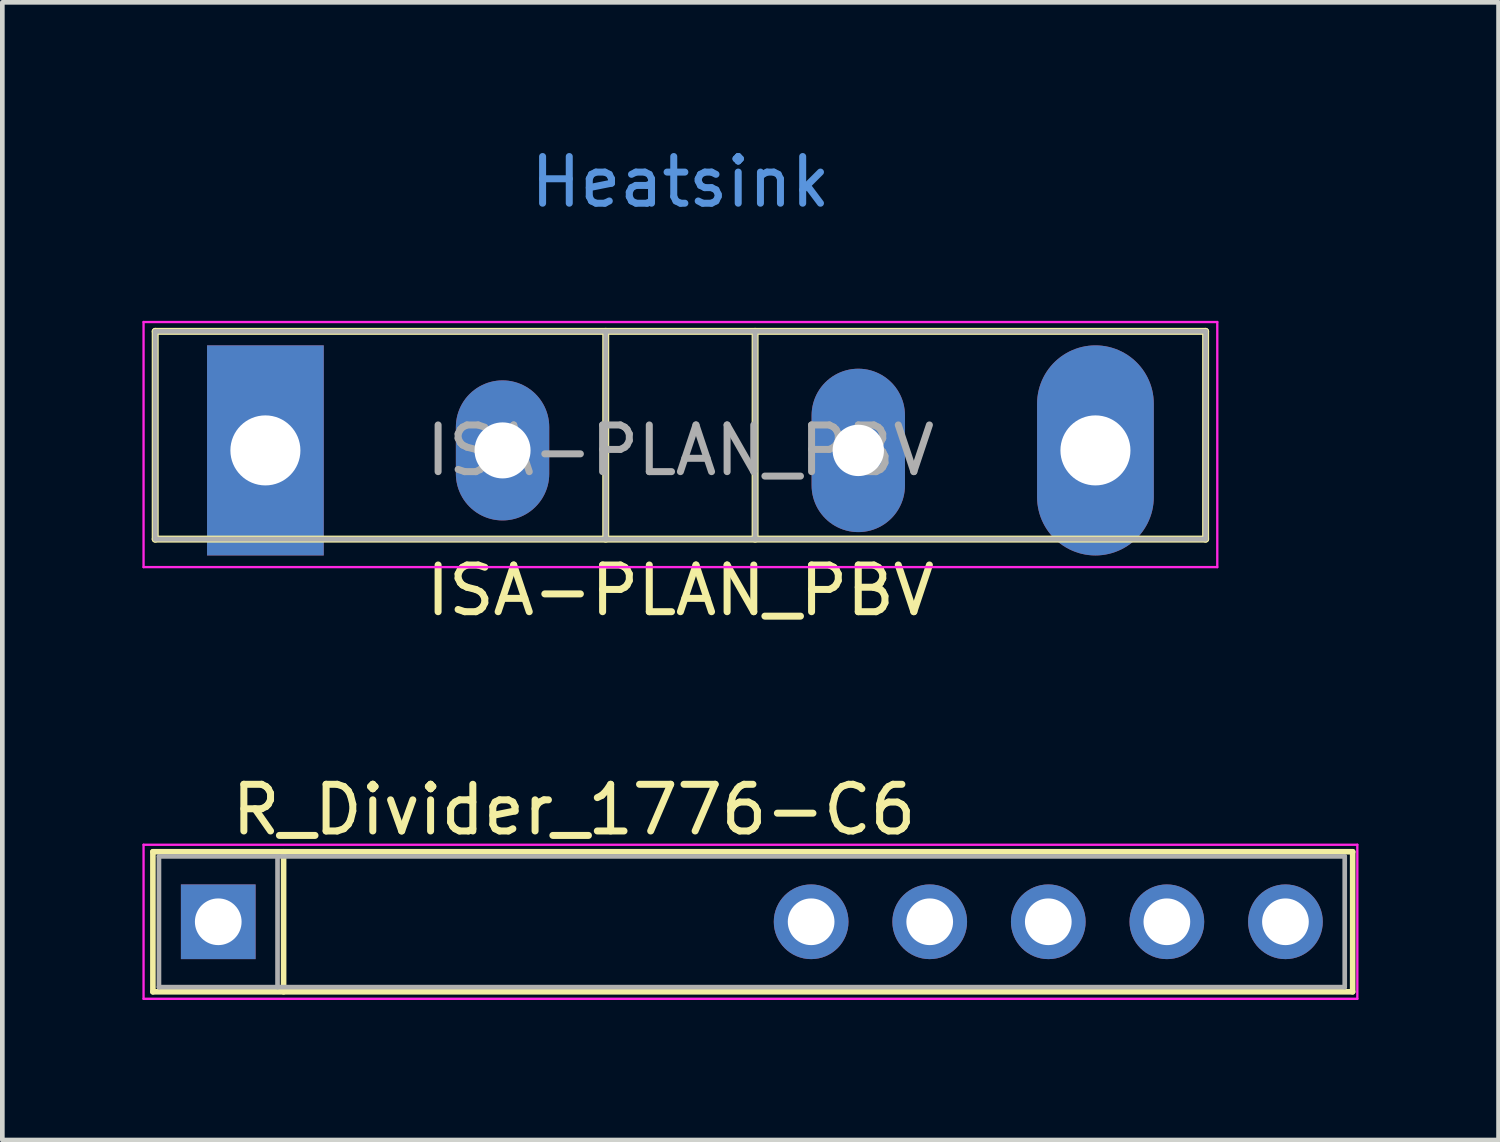
<source format=kicad_pcb>
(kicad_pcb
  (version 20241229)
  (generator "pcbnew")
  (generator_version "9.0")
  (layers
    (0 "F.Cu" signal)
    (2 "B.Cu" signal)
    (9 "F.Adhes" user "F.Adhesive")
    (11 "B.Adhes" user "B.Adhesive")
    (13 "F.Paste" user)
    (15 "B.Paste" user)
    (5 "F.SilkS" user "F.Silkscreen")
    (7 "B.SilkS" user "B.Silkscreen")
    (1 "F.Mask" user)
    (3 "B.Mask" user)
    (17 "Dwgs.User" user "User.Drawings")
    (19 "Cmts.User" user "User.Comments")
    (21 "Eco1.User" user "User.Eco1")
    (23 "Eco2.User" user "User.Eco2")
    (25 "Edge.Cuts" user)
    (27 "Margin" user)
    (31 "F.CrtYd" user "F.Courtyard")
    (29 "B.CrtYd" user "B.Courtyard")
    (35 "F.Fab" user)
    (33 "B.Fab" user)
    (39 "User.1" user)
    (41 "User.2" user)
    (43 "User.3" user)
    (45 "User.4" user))
  (footprint "ISA-PLAN_PBV"
    (layer "F.Cu")
    (at 11.525 6.598)
    (property "Reference" "ISA-PLAN_PBV" (at 0 3 0) (layer "F.SilkS") (effects (font (size 1 1) (thickness 0.15))))
    (attr through_hole)
    (fp_line (start -11.25 -2.55) (end -11.25 1.9) (stroke (width 0.15) (type solid)) (layer "F.SilkS"))
    (fp_line (start -11.25 -2.55) (end 11.25 -2.55) (stroke (width 0.15) (type solid)) (layer "F.SilkS"))
    (fp_line (start -1.6 -2.55) (end -1.6 1.9) (stroke (width 0.15) (type solid)) (layer "F.SilkS"))
    (fp_line (start 1.6 -2.55) (end 1.6 1.9) (stroke (width 0.15) (type solid)) (layer "F.SilkS"))
    (fp_line (start 11.25 -2.55) (end 11.25 1.9) (stroke (width 0.15) (type solid)) (layer "F.SilkS"))
    (fp_line (start 11.25 1.9) (end -11.25 1.9) (stroke (width 0.15) (type solid)) (layer "F.SilkS"))
    (fp_line (start 0 -4.75) (end 0 -2.55) (stroke (width 0.1) (type solid)) (layer "B.Adhes"))
    (fp_line (start 0 -2.55) (end -0.25 -3.3) (stroke (width 0.1) (type solid)) (layer "B.Adhes"))
    (fp_line (start 0 -2.55) (end 0.25 -3.3) (stroke (width 0.1) (type solid)) (layer "B.Adhes"))
    (fp_line (start -11.5 -2.75) (end -11.5 2.5) (stroke (width 0.05) (type solid)) (layer "F.CrtYd"))
    (fp_line (start -11.5 2.5) (end 11.5 2.5) (stroke (width 0.05) (type solid)) (layer "F.CrtYd"))
    (fp_line (start 11.5 -2.75) (end -11.5 -2.75) (stroke (width 0.05) (type solid)) (layer "F.CrtYd"))
    (fp_line (start 11.5 2.5) (end 11.5 -2.75) (stroke (width 0.05) (type solid)) (layer "F.CrtYd"))
    (fp_line (start -11.25 -2.55) (end -11.25 1.9) (stroke (width 0.1) (type solid)) (layer "F.Fab"))
    (fp_line (start -11.25 -2.55) (end 11.25 -2.55) (stroke (width 0.1) (type solid)) (layer "F.Fab"))
    (fp_line (start -1.6 -2.55) (end -1.6 1.9) (stroke (width 0.1) (type solid)) (layer "F.Fab"))
    (fp_line (start 1.6 -2.55) (end 1.6 1.9) (stroke (width 0.1) (type solid)) (layer "F.Fab"))
    (fp_line (start 11.25 -2.55) (end 11.25 1.9) (stroke (width 0.1) (type solid)) (layer "F.Fab"))
    (fp_line (start 11.25 1.9) (end -11.25 1.9) (stroke (width 0.1) (type solid)) (layer "F.Fab"))
    (fp_text user "Heatsink" (at 0 -5.75 0) (layer "Cmts.User") (effects (font (size 1 1) (thickness 0.15))))
    (fp_text user "${REFERENCE}" (at 0 0 0) (layer "F.Fab") (effects (font (size 1 1) (thickness 0.15))))
    (pad "1" thru_hole rect (at -8.89 0) (size 2.5 4.5) (drill 1.5) (layers "*.Cu" "*.Mask"))
    (pad "2" thru_hole oval (at -3.81 0) (size 2 3) (drill 1.2) (layers "*.Cu" "*.Mask"))
    (pad "3" thru_hole oval (at 3.81 0) (size 2 3.5) (drill 1.1) (layers "*.Cu" "*.Mask"))
    (pad "4" thru_hole oval (at 8.89 0) (size 2.5 4.5) (drill 1.5) (layers "*.Cu" "*.Mask")))
  (footprint "R_Divider_1776-C6"
    (layer "F.Cu")
    (at 1.625 16.695)
    (property "Reference" "R_Divider_1776-C6" (at 7.62 -2.4 0) (layer "F.SilkS") (effects (font (size 1 1) (thickness 0.15))))
    (attr through_hole)
    (fp_line (start -1.4 -1.5) (end -1.4 1.5) (stroke (width 0.12) (type solid)) (layer "F.SilkS"))
    (fp_line (start -1.4 1.5) (end 24.3 1.5) (stroke (width 0.12) (type solid)) (layer "F.SilkS"))
    (fp_line (start 1.4 -1.5) (end 1.4 1.5) (stroke (width 0.12) (type solid)) (layer "F.SilkS"))
    (fp_line (start 24.3 -1.5) (end -1.4 -1.5) (stroke (width 0.12) (type solid)) (layer "F.SilkS"))
    (fp_line (start 24.3 1.5) (end 24.3 -1.5) (stroke (width 0.12) (type solid)) (layer "F.SilkS"))
    (fp_line (start -1.6 -1.65) (end -1.6 1.65) (stroke (width 0.05) (type solid)) (layer "F.CrtYd"))
    (fp_line (start -1.6 1.65) (end 24.4 1.65) (stroke (width 0.05) (type solid)) (layer "F.CrtYd"))
    (fp_line (start 24.4 -1.65) (end -1.6 -1.65) (stroke (width 0.05) (type solid)) (layer "F.CrtYd"))
    (fp_line (start 24.4 1.65) (end 24.4 -1.65) (stroke (width 0.05) (type solid)) (layer "F.CrtYd"))
    (fp_line (start -1.27 -1.4) (end -1.27 1.4) (stroke (width 0.1) (type solid)) (layer "F.Fab"))
    (fp_line (start -1.27 1.4) (end 24.13 1.4) (stroke (width 0.1) (type solid)) (layer "F.Fab"))
    (fp_line (start 1.27 -1.4) (end 1.27 1.4) (stroke (width 0.1) (type solid)) (layer "F.Fab"))
    (fp_line (start 24.13 -1.4) (end -1.27 -1.4) (stroke (width 0.1) (type solid)) (layer "F.Fab"))
    (fp_line (start 24.13 1.4) (end 24.13 -1.4) (stroke (width 0.1) (type solid)) (layer "F.Fab"))
    (pad "1" thru_hole rect (at 0 0) (size 1.6 1.6) (drill 1) (layers "*.Cu" "*.Mask"))
    (pad "2" thru_hole oval (at 12.7 0) (size 1.6 1.6) (drill 1) (layers "*.Cu" "*.Mask"))
    (pad "3" thru_hole oval (at 15.24 0) (size 1.6 1.6) (drill 1) (layers "*.Cu" "*.Mask"))
    (pad "4" thru_hole oval (at 17.78 0) (size 1.6 1.6) (drill 1) (layers "*.Cu" "*.Mask"))
    (pad "5" thru_hole oval (at 20.32 0) (size 1.6 1.6) (drill 1) (layers "*.Cu" "*.Mask"))
    (pad "6" thru_hole oval (at 22.86 0) (size 1.6 1.6) (drill 1) (layers "*.Cu" "*.Mask")))
  (gr_rect
    (start -3 -3)
    (end 29.05 21.37)
    (stroke (width 0.1) (type default))
    (fill no)
    (layer "Edge.Cuts")))
</source>
